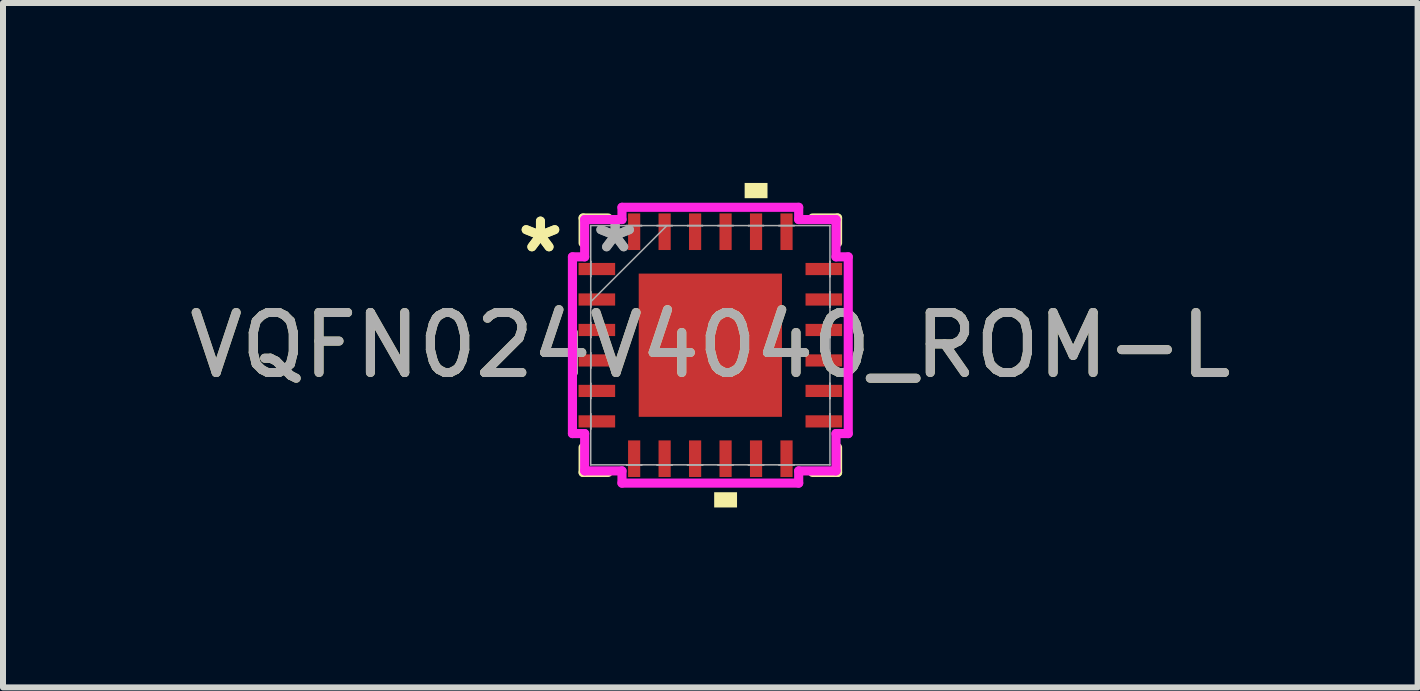
<source format=kicad_pcb>
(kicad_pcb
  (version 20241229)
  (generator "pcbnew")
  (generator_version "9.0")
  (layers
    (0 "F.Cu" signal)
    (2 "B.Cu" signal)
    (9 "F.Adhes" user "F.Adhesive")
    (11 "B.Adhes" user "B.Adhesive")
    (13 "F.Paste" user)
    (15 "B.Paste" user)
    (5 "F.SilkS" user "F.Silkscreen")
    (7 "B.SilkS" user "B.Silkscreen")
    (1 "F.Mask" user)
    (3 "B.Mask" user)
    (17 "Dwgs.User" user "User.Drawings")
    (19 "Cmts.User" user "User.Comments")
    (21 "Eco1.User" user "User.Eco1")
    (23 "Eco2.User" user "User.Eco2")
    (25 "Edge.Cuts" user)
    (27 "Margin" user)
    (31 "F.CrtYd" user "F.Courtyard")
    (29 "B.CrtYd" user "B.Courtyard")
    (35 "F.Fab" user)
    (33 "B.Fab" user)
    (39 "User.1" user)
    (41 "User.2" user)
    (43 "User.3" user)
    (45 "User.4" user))
  (footprint "VQFN024V4040_ROM-L"
    (layer "F.Cu")
    (at 8.792 2.705)
    (property "Reference" "VQFN024V4040_ROM-L" (at 0 0 0) (unlocked yes) (layer "F.SilkS") (effects (font (size 1 1) (thickness 0.15))))
    (attr smd)
    (fp_line (start -2.121 -2.121) (end -2.121 -1.704) (stroke (width 0.152) (type solid)) (layer "F.SilkS"))
    (fp_line (start -2.121 1.704) (end -2.121 2.121) (stroke (width 0.152) (type solid)) (layer "F.SilkS"))
    (fp_line (start -2.121 2.121) (end -1.704 2.121) (stroke (width 0.152) (type solid)) (layer "F.SilkS"))
    (fp_line (start -1.704 -2.121) (end -2.121 -2.121) (stroke (width 0.152) (type solid)) (layer "F.SilkS"))
    (fp_line (start 1.704 2.121) (end 2.121 2.121) (stroke (width 0.152) (type solid)) (layer "F.SilkS"))
    (fp_line (start 2.121 -2.121) (end 1.704 -2.121) (stroke (width 0.152) (type solid)) (layer "F.SilkS"))
    (fp_line (start 2.121 -1.704) (end 2.121 -2.121) (stroke (width 0.152) (type solid)) (layer "F.SilkS"))
    (fp_line (start 2.121 2.121) (end 2.121 1.704) (stroke (width 0.152) (type solid)) (layer "F.SilkS"))
    (fp_poly (pts (xy 0.064 2.451) (xy 0.064 2.705) (xy 0.445 2.705) (xy 0.445 2.451)) (stroke (width 0) (type solid)) (fill yes) (layer "F.SilkS"))
    (fp_poly (pts (xy 0.572 -2.451) (xy 0.572 -2.705) (xy 0.953 -2.705) (xy 0.953 -2.451)) (stroke (width 0) (type solid)) (fill yes) (layer "F.SilkS"))
    (fp_line (start -2.299 -1.473) (end -2.095 -1.473) (stroke (width 0.152) (type solid)) (layer "F.CrtYd"))
    (fp_line (start -2.299 1.473) (end -2.299 -1.473) (stroke (width 0.152) (type solid)) (layer "F.CrtYd"))
    (fp_line (start -2.095 -2.095) (end -1.473 -2.095) (stroke (width 0.152) (type solid)) (layer "F.CrtYd"))
    (fp_line (start -2.095 -1.473) (end -2.095 -2.095) (stroke (width 0.152) (type solid)) (layer "F.CrtYd"))
    (fp_line (start -2.095 1.473) (end -2.299 1.473) (stroke (width 0.152) (type solid)) (layer "F.CrtYd"))
    (fp_line (start -2.095 2.095) (end -2.095 1.473) (stroke (width 0.152) (type solid)) (layer "F.CrtYd"))
    (fp_line (start -1.473 -2.299) (end 1.473 -2.299) (stroke (width 0.152) (type solid)) (layer "F.CrtYd"))
    (fp_line (start -1.473 -2.095) (end -1.473 -2.299) (stroke (width 0.152) (type solid)) (layer "F.CrtYd"))
    (fp_line (start -1.473 2.095) (end -2.095 2.095) (stroke (width 0.152) (type solid)) (layer "F.CrtYd"))
    (fp_line (start -1.473 2.299) (end -1.473 2.095) (stroke (width 0.152) (type solid)) (layer "F.CrtYd"))
    (fp_line (start 1.473 -2.299) (end 1.473 -2.095) (stroke (width 0.152) (type solid)) (layer "F.CrtYd"))
    (fp_line (start 1.473 -2.095) (end 2.095 -2.095) (stroke (width 0.152) (type solid)) (layer "F.CrtYd"))
    (fp_line (start 1.473 2.095) (end 1.473 2.299) (stroke (width 0.152) (type solid)) (layer "F.CrtYd"))
    (fp_line (start 1.473 2.299) (end -1.473 2.299) (stroke (width 0.152) (type solid)) (layer "F.CrtYd"))
    (fp_line (start 2.095 -2.095) (end 2.095 -1.473) (stroke (width 0.152) (type solid)) (layer "F.CrtYd"))
    (fp_line (start 2.095 -1.473) (end 2.299 -1.473) (stroke (width 0.152) (type solid)) (layer "F.CrtYd"))
    (fp_line (start 2.095 1.473) (end 2.095 2.095) (stroke (width 0.152) (type solid)) (layer "F.CrtYd"))
    (fp_line (start 2.095 2.095) (end 1.473 2.095) (stroke (width 0.152) (type solid)) (layer "F.CrtYd"))
    (fp_line (start 2.299 -1.473) (end 2.299 1.473) (stroke (width 0.152) (type solid)) (layer "F.CrtYd"))
    (fp_line (start 2.299 1.473) (end 2.095 1.473) (stroke (width 0.152) (type solid)) (layer "F.CrtYd"))
    (fp_line (start -1.994 -1.994) (end -1.994 -1.994) (stroke (width 0.025) (type solid)) (layer "F.Fab"))
    (fp_line (start -1.994 -1.994) (end -1.994 1.994) (stroke (width 0.025) (type solid)) (layer "F.Fab"))
    (fp_line (start -1.994 -1.397) (end -1.994 -1.397) (stroke (width 0.025) (type solid)) (layer "F.Fab"))
    (fp_line (start -1.994 -1.397) (end -1.994 -1.143) (stroke (width 0.025) (type solid)) (layer "F.Fab"))
    (fp_line (start -1.994 -1.143) (end -1.994 -1.397) (stroke (width 0.025) (type solid)) (layer "F.Fab"))
    (fp_line (start -1.994 -1.143) (end -1.994 -1.143) (stroke (width 0.025) (type solid)) (layer "F.Fab"))
    (fp_line (start -1.994 -0.889) (end -1.994 -0.889) (stroke (width 0.025) (type solid)) (layer "F.Fab"))
    (fp_line (start -1.994 -0.889) (end -1.994 -0.635) (stroke (width 0.025) (type solid)) (layer "F.Fab"))
    (fp_line (start -1.994 -0.724) (end -0.724 -1.994) (stroke (width 0.025) (type solid)) (layer "F.Fab"))
    (fp_line (start -1.994 -0.635) (end -1.994 -0.889) (stroke (width 0.025) (type solid)) (layer "F.Fab"))
    (fp_line (start -1.994 -0.635) (end -1.994 -0.635) (stroke (width 0.025) (type solid)) (layer "F.Fab"))
    (fp_line (start -1.994 -0.381) (end -1.994 -0.381) (stroke (width 0.025) (type solid)) (layer "F.Fab"))
    (fp_line (start -1.994 -0.381) (end -1.994 -0.127) (stroke (width 0.025) (type solid)) (layer "F.Fab"))
    (fp_line (start -1.994 -0.127) (end -1.994 -0.381) (stroke (width 0.025) (type solid)) (layer "F.Fab"))
    (fp_line (start -1.994 -0.127) (end -1.994 -0.127) (stroke (width 0.025) (type solid)) (layer "F.Fab"))
    (fp_line (start -1.994 0.127) (end -1.994 0.127) (stroke (width 0.025) (type solid)) (layer "F.Fab"))
    (fp_line (start -1.994 0.127) (end -1.994 0.381) (stroke (width 0.025) (type solid)) (layer "F.Fab"))
    (fp_line (start -1.994 0.381) (end -1.994 0.127) (stroke (width 0.025) (type solid)) (layer "F.Fab"))
    (fp_line (start -1.994 0.381) (end -1.994 0.381) (stroke (width 0.025) (type solid)) (layer "F.Fab"))
    (fp_line (start -1.994 0.635) (end -1.994 0.635) (stroke (width 0.025) (type solid)) (layer "F.Fab"))
    (fp_line (start -1.994 0.635) (end -1.994 0.889) (stroke (width 0.025) (type solid)) (layer "F.Fab"))
    (fp_line (start -1.994 0.889) (end -1.994 0.635) (stroke (width 0.025) (type solid)) (layer "F.Fab"))
    (fp_line (start -1.994 0.889) (end -1.994 0.889) (stroke (width 0.025) (type solid)) (layer "F.Fab"))
    (fp_line (start -1.994 1.143) (end -1.994 1.143) (stroke (width 0.025) (type solid)) (layer "F.Fab"))
    (fp_line (start -1.994 1.143) (end -1.994 1.397) (stroke (width 0.025) (type solid)) (layer "F.Fab"))
    (fp_line (start -1.994 1.397) (end -1.994 1.143) (stroke (width 0.025) (type solid)) (layer "F.Fab"))
    (fp_line (start -1.994 1.397) (end -1.994 1.397) (stroke (width 0.025) (type solid)) (layer "F.Fab"))
    (fp_line (start -1.994 1.994) (end -1.994 1.994) (stroke (width 0.025) (type solid)) (layer "F.Fab"))
    (fp_line (start -1.994 1.994) (end 1.994 1.994) (stroke (width 0.025) (type solid)) (layer "F.Fab"))
    (fp_line (start -1.397 -1.994) (end -1.397 -1.994) (stroke (width 0.025) (type solid)) (layer "F.Fab"))
    (fp_line (start -1.397 -1.994) (end -1.143 -1.994) (stroke (width 0.025) (type solid)) (layer "F.Fab"))
    (fp_line (start -1.397 1.994) (end -1.397 1.994) (stroke (width 0.025) (type solid)) (layer "F.Fab"))
    (fp_line (start -1.397 1.994) (end -1.143 1.994) (stroke (width 0.025) (type solid)) (layer "F.Fab"))
    (fp_line (start -1.143 -1.994) (end -1.397 -1.994) (stroke (width 0.025) (type solid)) (layer "F.Fab"))
    (fp_line (start -1.143 -1.994) (end -1.143 -1.994) (stroke (width 0.025) (type solid)) (layer "F.Fab"))
    (fp_line (start -1.143 1.994) (end -1.397 1.994) (stroke (width 0.025) (type solid)) (layer "F.Fab"))
    (fp_line (start -1.143 1.994) (end -1.143 1.994) (stroke (width 0.025) (type solid)) (layer "F.Fab"))
    (fp_line (start -0.889 -1.994) (end -0.889 -1.994) (stroke (width 0.025) (type solid)) (layer "F.Fab"))
    (fp_line (start -0.889 -1.994) (end -0.635 -1.994) (stroke (width 0.025) (type solid)) (layer "F.Fab"))
    (fp_line (start -0.889 1.994) (end -0.889 1.994) (stroke (width 0.025) (type solid)) (layer "F.Fab"))
    (fp_line (start -0.889 1.994) (end -0.635 1.994) (stroke (width 0.025) (type solid)) (layer "F.Fab"))
    (fp_line (start -0.635 -1.994) (end -0.889 -1.994) (stroke (width 0.025) (type solid)) (layer "F.Fab"))
    (fp_line (start -0.635 -1.994) (end -0.635 -1.994) (stroke (width 0.025) (type solid)) (layer "F.Fab"))
    (fp_line (start -0.635 1.994) (end -0.889 1.994) (stroke (width 0.025) (type solid)) (layer "F.Fab"))
    (fp_line (start -0.635 1.994) (end -0.635 1.994) (stroke (width 0.025) (type solid)) (layer "F.Fab"))
    (fp_line (start -0.381 -1.994) (end -0.381 -1.994) (stroke (width 0.025) (type solid)) (layer "F.Fab"))
    (fp_line (start -0.381 -1.994) (end -0.127 -1.994) (stroke (width 0.025) (type solid)) (layer "F.Fab"))
    (fp_line (start -0.381 1.994) (end -0.381 1.994) (stroke (width 0.025) (type solid)) (layer "F.Fab"))
    (fp_line (start -0.381 1.994) (end -0.127 1.994) (stroke (width 0.025) (type solid)) (layer "F.Fab"))
    (fp_line (start -0.127 -1.994) (end -0.381 -1.994) (stroke (width 0.025) (type solid)) (layer "F.Fab"))
    (fp_line (start -0.127 -1.994) (end -0.127 -1.994) (stroke (width 0.025) (type solid)) (layer "F.Fab"))
    (fp_line (start -0.127 1.994) (end -0.381 1.994) (stroke (width 0.025) (type solid)) (layer "F.Fab"))
    (fp_line (start -0.127 1.994) (end -0.127 1.994) (stroke (width 0.025) (type solid)) (layer "F.Fab"))
    (fp_line (start 0.127 -1.994) (end 0.127 -1.994) (stroke (width 0.025) (type solid)) (layer "F.Fab"))
    (fp_line (start 0.127 -1.994) (end 0.381 -1.994) (stroke (width 0.025) (type solid)) (layer "F.Fab"))
    (fp_line (start 0.127 1.994) (end 0.127 1.994) (stroke (width 0.025) (type solid)) (layer "F.Fab"))
    (fp_line (start 0.127 1.994) (end 0.381 1.994) (stroke (width 0.025) (type solid)) (layer "F.Fab"))
    (fp_line (start 0.381 -1.994) (end 0.127 -1.994) (stroke (width 0.025) (type solid)) (layer "F.Fab"))
    (fp_line (start 0.381 -1.994) (end 0.381 -1.994) (stroke (width 0.025) (type solid)) (layer "F.Fab"))
    (fp_line (start 0.381 1.994) (end 0.127 1.994) (stroke (width 0.025) (type solid)) (layer "F.Fab"))
    (fp_line (start 0.381 1.994) (end 0.381 1.994) (stroke (width 0.025) (type solid)) (layer "F.Fab"))
    (fp_line (start 0.635 -1.994) (end 0.635 -1.994) (stroke (width 0.025) (type solid)) (layer "F.Fab"))
    (fp_line (start 0.635 -1.994) (end 0.889 -1.994) (stroke (width 0.025) (type solid)) (layer "F.Fab"))
    (fp_line (start 0.635 1.994) (end 0.635 1.994) (stroke (width 0.025) (type solid)) (layer "F.Fab"))
    (fp_line (start 0.635 1.994) (end 0.889 1.994) (stroke (width 0.025) (type solid)) (layer "F.Fab"))
    (fp_line (start 0.889 -1.994) (end 0.635 -1.994) (stroke (width 0.025) (type solid)) (layer "F.Fab"))
    (fp_line (start 0.889 -1.994) (end 0.889 -1.994) (stroke (width 0.025) (type solid)) (layer "F.Fab"))
    (fp_line (start 0.889 1.994) (end 0.635 1.994) (stroke (width 0.025) (type solid)) (layer "F.Fab"))
    (fp_line (start 0.889 1.994) (end 0.889 1.994) (stroke (width 0.025) (type solid)) (layer "F.Fab"))
    (fp_line (start 1.143 -1.994) (end 1.143 -1.994) (stroke (width 0.025) (type solid)) (layer "F.Fab"))
    (fp_line (start 1.143 -1.994) (end 1.397 -1.994) (stroke (width 0.025) (type solid)) (layer "F.Fab"))
    (fp_line (start 1.143 1.994) (end 1.143 1.994) (stroke (width 0.025) (type solid)) (layer "F.Fab"))
    (fp_line (start 1.143 1.994) (end 1.397 1.994) (stroke (width 0.025) (type solid)) (layer "F.Fab"))
    (fp_line (start 1.397 -1.994) (end 1.143 -1.994) (stroke (width 0.025) (type solid)) (layer "F.Fab"))
    (fp_line (start 1.397 -1.994) (end 1.397 -1.994) (stroke (width 0.025) (type solid)) (layer "F.Fab"))
    (fp_line (start 1.397 1.994) (end 1.143 1.994) (stroke (width 0.025) (type solid)) (layer "F.Fab"))
    (fp_line (start 1.397 1.994) (end 1.397 1.994) (stroke (width 0.025) (type solid)) (layer "F.Fab"))
    (fp_line (start 1.994 -1.994) (end -1.994 -1.994) (stroke (width 0.025) (type solid)) (layer "F.Fab"))
    (fp_line (start 1.994 -1.994) (end 1.994 -1.994) (stroke (width 0.025) (type solid)) (layer "F.Fab"))
    (fp_line (start 1.994 -1.397) (end 1.994 -1.397) (stroke (width 0.025) (type solid)) (layer "F.Fab"))
    (fp_line (start 1.994 -1.397) (end 1.994 -1.143) (stroke (width 0.025) (type solid)) (layer "F.Fab"))
    (fp_line (start 1.994 -1.143) (end 1.994 -1.397) (stroke (width 0.025) (type solid)) (layer "F.Fab"))
    (fp_line (start 1.994 -1.143) (end 1.994 -1.143) (stroke (width 0.025) (type solid)) (layer "F.Fab"))
    (fp_line (start 1.994 -0.889) (end 1.994 -0.889) (stroke (width 0.025) (type solid)) (layer "F.Fab"))
    (fp_line (start 1.994 -0.889) (end 1.994 -0.635) (stroke (width 0.025) (type solid)) (layer "F.Fab"))
    (fp_line (start 1.994 -0.635) (end 1.994 -0.889) (stroke (width 0.025) (type solid)) (layer "F.Fab"))
    (fp_line (start 1.994 -0.635) (end 1.994 -0.635) (stroke (width 0.025) (type solid)) (layer "F.Fab"))
    (fp_line (start 1.994 -0.381) (end 1.994 -0.381) (stroke (width 0.025) (type solid)) (layer "F.Fab"))
    (fp_line (start 1.994 -0.381) (end 1.994 -0.127) (stroke (width 0.025) (type solid)) (layer "F.Fab"))
    (fp_line (start 1.994 -0.127) (end 1.994 -0.381) (stroke (width 0.025) (type solid)) (layer "F.Fab"))
    (fp_line (start 1.994 -0.127) (end 1.994 -0.127) (stroke (width 0.025) (type solid)) (layer "F.Fab"))
    (fp_line (start 1.994 0.127) (end 1.994 0.127) (stroke (width 0.025) (type solid)) (layer "F.Fab"))
    (fp_line (start 1.994 0.127) (end 1.994 0.381) (stroke (width 0.025) (type solid)) (layer "F.Fab"))
    (fp_line (start 1.994 0.381) (end 1.994 0.127) (stroke (width 0.025) (type solid)) (layer "F.Fab"))
    (fp_line (start 1.994 0.381) (end 1.994 0.381) (stroke (width 0.025) (type solid)) (layer "F.Fab"))
    (fp_line (start 1.994 0.635) (end 1.994 0.635) (stroke (width 0.025) (type solid)) (layer "F.Fab"))
    (fp_line (start 1.994 0.635) (end 1.994 0.889) (stroke (width 0.025) (type solid)) (layer "F.Fab"))
    (fp_line (start 1.994 0.889) (end 1.994 0.635) (stroke (width 0.025) (type solid)) (layer "F.Fab"))
    (fp_line (start 1.994 0.889) (end 1.994 0.889) (stroke (width 0.025) (type solid)) (layer "F.Fab"))
    (fp_line (start 1.994 1.143) (end 1.994 1.143) (stroke (width 0.025) (type solid)) (layer "F.Fab"))
    (fp_line (start 1.994 1.143) (end 1.994 1.397) (stroke (width 0.025) (type solid)) (layer "F.Fab"))
    (fp_line (start 1.994 1.397) (end 1.994 1.143) (stroke (width 0.025) (type solid)) (layer "F.Fab"))
    (fp_line (start 1.994 1.397) (end 1.994 1.397) (stroke (width 0.025) (type solid)) (layer "F.Fab"))
    (fp_line (start 1.994 1.994) (end 1.994 -1.994) (stroke (width 0.025) (type solid)) (layer "F.Fab"))
    (fp_line (start 1.994 1.994) (end 1.994 1.994) (stroke (width 0.025) (type solid)) (layer "F.Fab"))
    (fp_text user "*" (at -2.832 -1.524 0) (layer "F.SilkS") (effects (font (size 1 1) (thickness 0.15))))
    (fp_text user "*" (at -2.832 -1.524 0) (unlocked yes) (layer "F.SilkS") (effects (font (size 1 1) (thickness 0.15))))
    (fp_text user "${REFERENCE}" (at 0 0 0) (unlocked yes) (layer "F.Fab") (effects (font (size 1 1) (thickness 0.15))))
    (fp_text user "*" (at -1.587 -1.524 0) (layer "F.Fab") (effects (font (size 1 1) (thickness 0.15))))
    (fp_text user "*" (at -1.587 -1.524 0) (unlocked yes) (layer "F.Fab") (effects (font (size 1 1) (thickness 0.15))))
    (pad "1" smd rect (at -1.892 -1.27 90) (size 0.203 0.61) (layers "F.Cu" "F.Mask" "F.Paste"))
    (pad "2" smd rect (at -1.892 -0.762 90) (size 0.203 0.61) (layers "F.Cu" "F.Mask" "F.Paste"))
    (pad "3" smd rect (at -1.892 -0.254 90) (size 0.203 0.61) (layers "F.Cu" "F.Mask" "F.Paste"))
    (pad "4" smd rect (at -1.892 0.254 90) (size 0.203 0.61) (layers "F.Cu" "F.Mask" "F.Paste"))
    (pad "5" smd rect (at -1.892 0.762 90) (size 0.203 0.61) (layers "F.Cu" "F.Mask" "F.Paste"))
    (pad "6" smd rect (at -1.892 1.27 90) (size 0.203 0.61) (layers "F.Cu" "F.Mask" "F.Paste"))
    (pad "7" smd rect (at -1.27 1.892) (size 0.203 0.61) (layers "F.Cu" "F.Mask" "F.Paste"))
    (pad "8" smd rect (at -0.762 1.892) (size 0.203 0.61) (layers "F.Cu" "F.Mask" "F.Paste"))
    (pad "9" smd rect (at -0.254 1.892) (size 0.203 0.61) (layers "F.Cu" "F.Mask" "F.Paste"))
    (pad "10" smd rect (at 0.254 1.892) (size 0.203 0.61) (layers "F.Cu" "F.Mask" "F.Paste"))
    (pad "11" smd rect (at 0.762 1.892) (size 0.203 0.61) (layers "F.Cu" "F.Mask" "F.Paste"))
    (pad "12" smd rect (at 1.27 1.892) (size 0.203 0.61) (layers "F.Cu" "F.Mask" "F.Paste"))
    (pad "13" smd rect (at 1.892 1.27 90) (size 0.203 0.61) (layers "F.Cu" "F.Mask" "F.Paste"))
    (pad "14" smd rect (at 1.892 0.762 90) (size 0.203 0.61) (layers "F.Cu" "F.Mask" "F.Paste"))
    (pad "15" smd rect (at 1.892 0.254 90) (size 0.203 0.61) (layers "F.Cu" "F.Mask" "F.Paste"))
    (pad "16" smd rect (at 1.892 -0.254 90) (size 0.203 0.61) (layers "F.Cu" "F.Mask" "F.Paste"))
    (pad "17" smd rect (at 1.892 -0.762 90) (size 0.203 0.61) (layers "F.Cu" "F.Mask" "F.Paste"))
    (pad "18" smd rect (at 1.892 -1.27 90) (size 0.203 0.61) (layers "F.Cu" "F.Mask" "F.Paste"))
    (pad "19" smd rect (at 1.27 -1.892) (size 0.203 0.61) (layers "F.Cu" "F.Mask" "F.Paste"))
    (pad "20" smd rect (at 0.762 -1.892) (size 0.203 0.61) (layers "F.Cu" "F.Mask" "F.Paste"))
    (pad "21" smd rect (at 0.254 -1.892) (size 0.203 0.61) (layers "F.Cu" "F.Mask" "F.Paste"))
    (pad "22" smd rect (at -0.254 -1.892) (size 0.203 0.61) (layers "F.Cu" "F.Mask" "F.Paste"))
    (pad "23" smd rect (at -0.762 -1.892) (size 0.203 0.61) (layers "F.Cu" "F.Mask" "F.Paste"))
    (pad "24" smd rect (at -1.27 -1.892) (size 0.203 0.61) (layers "F.Cu" "F.Mask" "F.Paste"))
    (pad "25" smd rect (at 0 0) (size 2.388 2.388) (layers "F.Cu" "F.Mask" "F.Paste")))
  (gr_rect
    (start -3 -3)
    (end 20.583 8.41)
    (stroke (width 0.1) (type default))
    (fill no)
    (layer "Edge.Cuts")))
</source>
